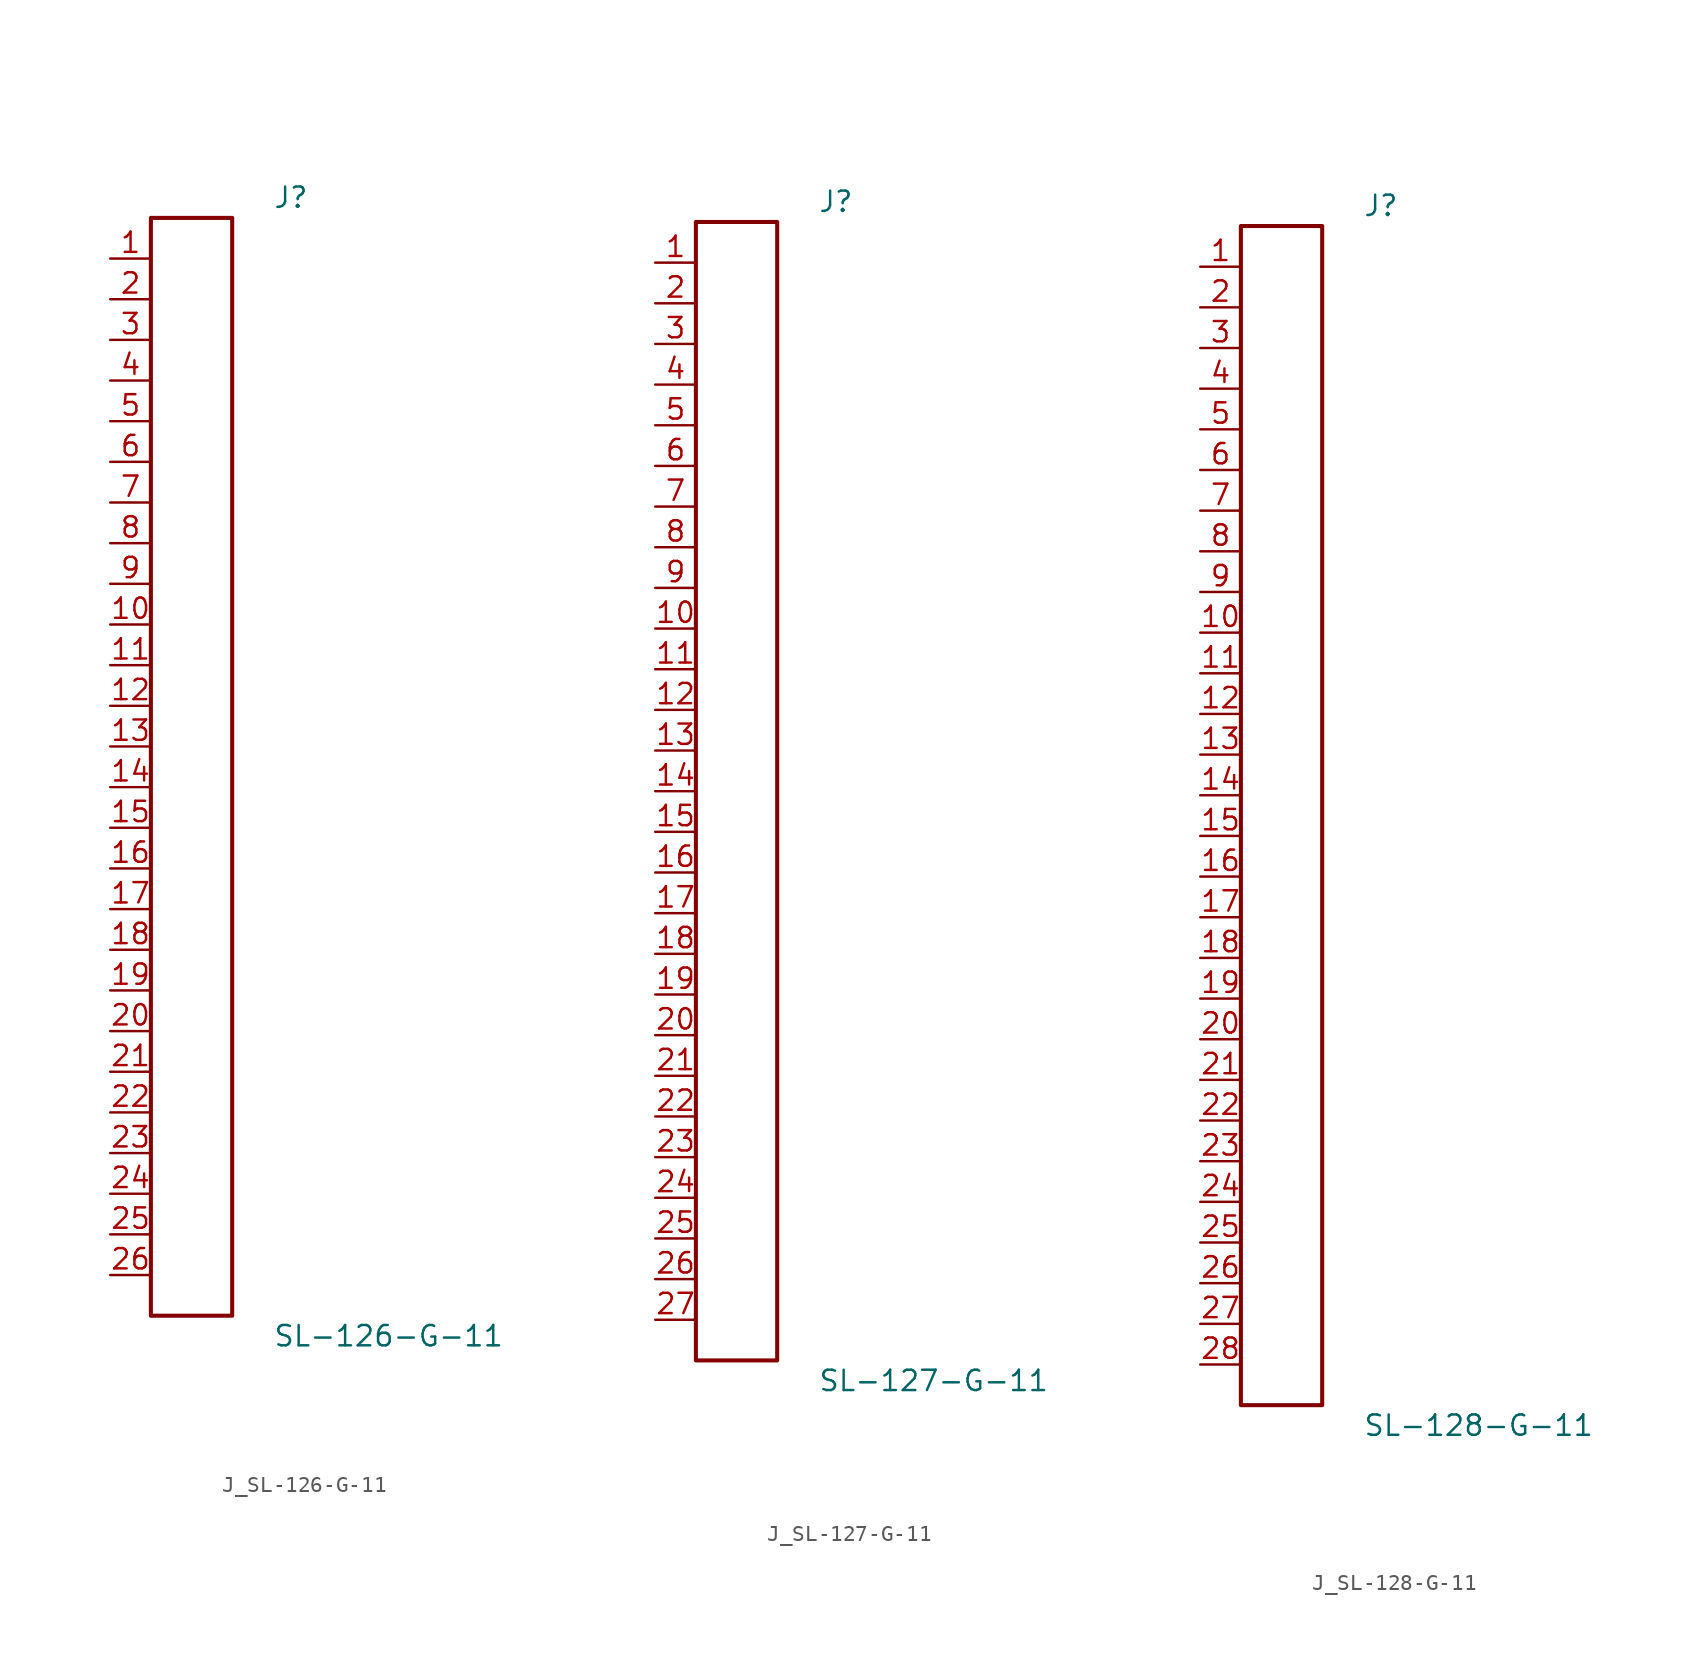
<source format=kicad_sym>
(kicad_symbol_lib
  (version 20231120)
  (generator kicad_symbol_editor)
  (generator_version 8.0)
  (symbol "J_SL-126-G-11"
    (pin_names
      (offset 0.254))
    (property "Reference" "J"
      (at 5.08 35.56 0)
      (effects (font (size 1.27 1.27)) (justify left)))
    (property "Value" "SL-126-G-11"
      (at 5.08 -35.56 0)
      (effects (font (size 1.27 1.27)) (justify left)))
    (symbol "J_SL-126-G-11_0_0"
      (pin unspecified line (at -5.08 31.75 0) (length 2.54) (name "" (effects (font (size 1.27 1.27)))) (number "1" (effects (font (size 1.27 1.27)))))
      (pin unspecified line (at -5.08 29.21 0) (length 2.54) (name "" (effects (font (size 1.27 1.27)))) (number "2" (effects (font (size 1.27 1.27)))))
      (pin unspecified line (at -5.08 26.67 0) (length 2.54) (name "" (effects (font (size 1.27 1.27)))) (number "3" (effects (font (size 1.27 1.27)))))
      (pin unspecified line (at -5.08 24.13 0) (length 2.54) (name "" (effects (font (size 1.27 1.27)))) (number "4" (effects (font (size 1.27 1.27)))))
      (pin unspecified line (at -5.08 21.59 0) (length 2.54) (name "" (effects (font (size 1.27 1.27)))) (number "5" (effects (font (size 1.27 1.27)))))
      (pin unspecified line (at -5.08 19.05 0) (length 2.54) (name "" (effects (font (size 1.27 1.27)))) (number "6" (effects (font (size 1.27 1.27)))))
      (pin unspecified line (at -5.08 16.51 0) (length 2.54) (name "" (effects (font (size 1.27 1.27)))) (number "7" (effects (font (size 1.27 1.27)))))
      (pin unspecified line (at -5.08 13.97 0) (length 2.54) (name "" (effects (font (size 1.27 1.27)))) (number "8" (effects (font (size 1.27 1.27)))))
      (pin unspecified line (at -5.08 11.43 0) (length 2.54) (name "" (effects (font (size 1.27 1.27)))) (number "9" (effects (font (size 1.27 1.27)))))
      (pin unspecified line (at -5.08 8.89 0) (length 2.54) (name "" (effects (font (size 1.27 1.27)))) (number "10" (effects (font (size 1.27 1.27)))))
      (pin unspecified line (at -5.08 6.35 0) (length 2.54) (name "" (effects (font (size 1.27 1.27)))) (number "11" (effects (font (size 1.27 1.27)))))
      (pin unspecified line (at -5.08 3.81 0) (length 2.54) (name "" (effects (font (size 1.27 1.27)))) (number "12" (effects (font (size 1.27 1.27)))))
      (pin unspecified line (at -5.08 1.27 0) (length 2.54) (name "" (effects (font (size 1.27 1.27)))) (number "13" (effects (font (size 1.27 1.27)))))
      (pin unspecified line (at -5.08 -1.27 0) (length 2.54) (name "" (effects (font (size 1.27 1.27)))) (number "14" (effects (font (size 1.27 1.27)))))
      (pin unspecified line (at -5.08 -3.81 0) (length 2.54) (name "" (effects (font (size 1.27 1.27)))) (number "15" (effects (font (size 1.27 1.27)))))
      (pin unspecified line (at -5.08 -6.35 0) (length 2.54) (name "" (effects (font (size 1.27 1.27)))) (number "16" (effects (font (size 1.27 1.27)))))
      (pin unspecified line (at -5.08 -8.89 0) (length 2.54) (name "" (effects (font (size 1.27 1.27)))) (number "17" (effects (font (size 1.27 1.27)))))
      (pin unspecified line (at -5.08 -11.43 0) (length 2.54) (name "" (effects (font (size 1.27 1.27)))) (number "18" (effects (font (size 1.27 1.27)))))
      (pin unspecified line (at -5.08 -13.97 0) (length 2.54) (name "" (effects (font (size 1.27 1.27)))) (number "19" (effects (font (size 1.27 1.27)))))
      (pin unspecified line (at -5.08 -16.51 0) (length 2.54) (name "" (effects (font (size 1.27 1.27)))) (number "20" (effects (font (size 1.27 1.27)))))
      (pin unspecified line (at -5.08 -19.05 0) (length 2.54) (name "" (effects (font (size 1.27 1.27)))) (number "21" (effects (font (size 1.27 1.27)))))
      (pin unspecified line (at -5.08 -21.59 0) (length 2.54) (name "" (effects (font (size 1.27 1.27)))) (number "22" (effects (font (size 1.27 1.27)))))
      (pin unspecified line (at -5.08 -24.13 0) (length 2.54) (name "" (effects (font (size 1.27 1.27)))) (number "23" (effects (font (size 1.27 1.27)))))
      (pin unspecified line (at -5.08 -26.67 0) (length 2.54) (name "" (effects (font (size 1.27 1.27)))) (number "24" (effects (font (size 1.27 1.27)))))
      (pin unspecified line (at -5.08 -29.21 0) (length 2.54) (name "" (effects (font (size 1.27 1.27)))) (number "25" (effects (font (size 1.27 1.27)))))
      (pin unspecified line (at -5.08 -31.75 0) (length 2.54) (name "" (effects (font (size 1.27 1.27)))) (number "26" (effects (font (size 1.27 1.27))))))
    (symbol "J_SL-126-G-11_1_0"
      (rectangle (start -2.54 34.29) (end 2.54 -34.29) (stroke (width 0.254) (type solid)) (fill (type none)))))
  (symbol "J_SL-127-G-11"
    (pin_names
      (offset 0.254))
    (property "Reference" "J"
      (at 5.08 36.83 0)
      (effects (font (size 1.27 1.27)) (justify left)))
    (property "Value" "SL-127-G-11"
      (at 5.08 -36.83 0)
      (effects (font (size 1.27 1.27)) (justify left)))
    (symbol "J_SL-127-G-11_0_0"
      (pin unspecified line (at -5.08 33.02 0) (length 2.54) (name "" (effects (font (size 1.27 1.27)))) (number "1" (effects (font (size 1.27 1.27)))))
      (pin unspecified line (at -5.08 30.48 0) (length 2.54) (name "" (effects (font (size 1.27 1.27)))) (number "2" (effects (font (size 1.27 1.27)))))
      (pin unspecified line (at -5.08 27.94 0) (length 2.54) (name "" (effects (font (size 1.27 1.27)))) (number "3" (effects (font (size 1.27 1.27)))))
      (pin unspecified line (at -5.08 25.4 0) (length 2.54) (name "" (effects (font (size 1.27 1.27)))) (number "4" (effects (font (size 1.27 1.27)))))
      (pin unspecified line (at -5.08 22.86 0) (length 2.54) (name "" (effects (font (size 1.27 1.27)))) (number "5" (effects (font (size 1.27 1.27)))))
      (pin unspecified line (at -5.08 20.32 0) (length 2.54) (name "" (effects (font (size 1.27 1.27)))) (number "6" (effects (font (size 1.27 1.27)))))
      (pin unspecified line (at -5.08 17.78 0) (length 2.54) (name "" (effects (font (size 1.27 1.27)))) (number "7" (effects (font (size 1.27 1.27)))))
      (pin unspecified line (at -5.08 15.24 0) (length 2.54) (name "" (effects (font (size 1.27 1.27)))) (number "8" (effects (font (size 1.27 1.27)))))
      (pin unspecified line (at -5.08 12.7 0) (length 2.54) (name "" (effects (font (size 1.27 1.27)))) (number "9" (effects (font (size 1.27 1.27)))))
      (pin unspecified line (at -5.08 10.16 0) (length 2.54) (name "" (effects (font (size 1.27 1.27)))) (number "10" (effects (font (size 1.27 1.27)))))
      (pin unspecified line (at -5.08 7.62 0) (length 2.54) (name "" (effects (font (size 1.27 1.27)))) (number "11" (effects (font (size 1.27 1.27)))))
      (pin unspecified line (at -5.08 5.08 0) (length 2.54) (name "" (effects (font (size 1.27 1.27)))) (number "12" (effects (font (size 1.27 1.27)))))
      (pin unspecified line (at -5.08 2.54 0) (length 2.54) (name "" (effects (font (size 1.27 1.27)))) (number "13" (effects (font (size 1.27 1.27)))))
      (pin unspecified line (at -5.08 0.0 0) (length 2.54) (name "" (effects (font (size 1.27 1.27)))) (number "14" (effects (font (size 1.27 1.27)))))
      (pin unspecified line (at -5.08 -2.54 0) (length 2.54) (name "" (effects (font (size 1.27 1.27)))) (number "15" (effects (font (size 1.27 1.27)))))
      (pin unspecified line (at -5.08 -5.08 0) (length 2.54) (name "" (effects (font (size 1.27 1.27)))) (number "16" (effects (font (size 1.27 1.27)))))
      (pin unspecified line (at -5.08 -7.62 0) (length 2.54) (name "" (effects (font (size 1.27 1.27)))) (number "17" (effects (font (size 1.27 1.27)))))
      (pin unspecified line (at -5.08 -10.16 0) (length 2.54) (name "" (effects (font (size 1.27 1.27)))) (number "18" (effects (font (size 1.27 1.27)))))
      (pin unspecified line (at -5.08 -12.7 0) (length 2.54) (name "" (effects (font (size 1.27 1.27)))) (number "19" (effects (font (size 1.27 1.27)))))
      (pin unspecified line (at -5.08 -15.24 0) (length 2.54) (name "" (effects (font (size 1.27 1.27)))) (number "20" (effects (font (size 1.27 1.27)))))
      (pin unspecified line (at -5.08 -17.78 0) (length 2.54) (name "" (effects (font (size 1.27 1.27)))) (number "21" (effects (font (size 1.27 1.27)))))
      (pin unspecified line (at -5.08 -20.32 0) (length 2.54) (name "" (effects (font (size 1.27 1.27)))) (number "22" (effects (font (size 1.27 1.27)))))
      (pin unspecified line (at -5.08 -22.86 0) (length 2.54) (name "" (effects (font (size 1.27 1.27)))) (number "23" (effects (font (size 1.27 1.27)))))
      (pin unspecified line (at -5.08 -25.4 0) (length 2.54) (name "" (effects (font (size 1.27 1.27)))) (number "24" (effects (font (size 1.27 1.27)))))
      (pin unspecified line (at -5.08 -27.94 0) (length 2.54) (name "" (effects (font (size 1.27 1.27)))) (number "25" (effects (font (size 1.27 1.27)))))
      (pin unspecified line (at -5.08 -30.48 0) (length 2.54) (name "" (effects (font (size 1.27 1.27)))) (number "26" (effects (font (size 1.27 1.27)))))
      (pin unspecified line (at -5.08 -33.02 0) (length 2.54) (name "" (effects (font (size 1.27 1.27)))) (number "27" (effects (font (size 1.27 1.27))))))
    (symbol "J_SL-127-G-11_1_0"
      (rectangle (start -2.54 35.56) (end 2.54 -35.56) (stroke (width 0.254) (type solid)) (fill (type none)))))
  (symbol "J_SL-128-G-11"
    (pin_names
      (offset 0.254))
    (property "Reference" "J"
      (at 5.08 38.1 0)
      (effects (font (size 1.27 1.27)) (justify left)))
    (property "Value" "SL-128-G-11"
      (at 5.08 -38.1 0)
      (effects (font (size 1.27 1.27)) (justify left)))
    (symbol "J_SL-128-G-11_0_0"
      (pin unspecified line (at -5.08 34.29 0) (length 2.54) (name "" (effects (font (size 1.27 1.27)))) (number "1" (effects (font (size 1.27 1.27)))))
      (pin unspecified line (at -5.08 31.75 0) (length 2.54) (name "" (effects (font (size 1.27 1.27)))) (number "2" (effects (font (size 1.27 1.27)))))
      (pin unspecified line (at -5.08 29.21 0) (length 2.54) (name "" (effects (font (size 1.27 1.27)))) (number "3" (effects (font (size 1.27 1.27)))))
      (pin unspecified line (at -5.08 26.67 0) (length 2.54) (name "" (effects (font (size 1.27 1.27)))) (number "4" (effects (font (size 1.27 1.27)))))
      (pin unspecified line (at -5.08 24.13 0) (length 2.54) (name "" (effects (font (size 1.27 1.27)))) (number "5" (effects (font (size 1.27 1.27)))))
      (pin unspecified line (at -5.08 21.59 0) (length 2.54) (name "" (effects (font (size 1.27 1.27)))) (number "6" (effects (font (size 1.27 1.27)))))
      (pin unspecified line (at -5.08 19.05 0) (length 2.54) (name "" (effects (font (size 1.27 1.27)))) (number "7" (effects (font (size 1.27 1.27)))))
      (pin unspecified line (at -5.08 16.51 0) (length 2.54) (name "" (effects (font (size 1.27 1.27)))) (number "8" (effects (font (size 1.27 1.27)))))
      (pin unspecified line (at -5.08 13.97 0) (length 2.54) (name "" (effects (font (size 1.27 1.27)))) (number "9" (effects (font (size 1.27 1.27)))))
      (pin unspecified line (at -5.08 11.43 0) (length 2.54) (name "" (effects (font (size 1.27 1.27)))) (number "10" (effects (font (size 1.27 1.27)))))
      (pin unspecified line (at -5.08 8.89 0) (length 2.54) (name "" (effects (font (size 1.27 1.27)))) (number "11" (effects (font (size 1.27 1.27)))))
      (pin unspecified line (at -5.08 6.35 0) (length 2.54) (name "" (effects (font (size 1.27 1.27)))) (number "12" (effects (font (size 1.27 1.27)))))
      (pin unspecified line (at -5.08 3.81 0) (length 2.54) (name "" (effects (font (size 1.27 1.27)))) (number "13" (effects (font (size 1.27 1.27)))))
      (pin unspecified line (at -5.08 1.27 0) (length 2.54) (name "" (effects (font (size 1.27 1.27)))) (number "14" (effects (font (size 1.27 1.27)))))
      (pin unspecified line (at -5.08 -1.27 0) (length 2.54) (name "" (effects (font (size 1.27 1.27)))) (number "15" (effects (font (size 1.27 1.27)))))
      (pin unspecified line (at -5.08 -3.81 0) (length 2.54) (name "" (effects (font (size 1.27 1.27)))) (number "16" (effects (font (size 1.27 1.27)))))
      (pin unspecified line (at -5.08 -6.35 0) (length 2.54) (name "" (effects (font (size 1.27 1.27)))) (number "17" (effects (font (size 1.27 1.27)))))
      (pin unspecified line (at -5.08 -8.89 0) (length 2.54) (name "" (effects (font (size 1.27 1.27)))) (number "18" (effects (font (size 1.27 1.27)))))
      (pin unspecified line (at -5.08 -11.43 0) (length 2.54) (name "" (effects (font (size 1.27 1.27)))) (number "19" (effects (font (size 1.27 1.27)))))
      (pin unspecified line (at -5.08 -13.97 0) (length 2.54) (name "" (effects (font (size 1.27 1.27)))) (number "20" (effects (font (size 1.27 1.27)))))
      (pin unspecified line (at -5.08 -16.51 0) (length 2.54) (name "" (effects (font (size 1.27 1.27)))) (number "21" (effects (font (size 1.27 1.27)))))
      (pin unspecified line (at -5.08 -19.05 0) (length 2.54) (name "" (effects (font (size 1.27 1.27)))) (number "22" (effects (font (size 1.27 1.27)))))
      (pin unspecified line (at -5.08 -21.59 0) (length 2.54) (name "" (effects (font (size 1.27 1.27)))) (number "23" (effects (font (size 1.27 1.27)))))
      (pin unspecified line (at -5.08 -24.13 0) (length 2.54) (name "" (effects (font (size 1.27 1.27)))) (number "24" (effects (font (size 1.27 1.27)))))
      (pin unspecified line (at -5.08 -26.67 0) (length 2.54) (name "" (effects (font (size 1.27 1.27)))) (number "25" (effects (font (size 1.27 1.27)))))
      (pin unspecified line (at -5.08 -29.21 0) (length 2.54) (name "" (effects (font (size 1.27 1.27)))) (number "26" (effects (font (size 1.27 1.27)))))
      (pin unspecified line (at -5.08 -31.75 0) (length 2.54) (name "" (effects (font (size 1.27 1.27)))) (number "27" (effects (font (size 1.27 1.27)))))
      (pin unspecified line (at -5.08 -34.29 0) (length 2.54) (name "" (effects (font (size 1.27 1.27)))) (number "28" (effects (font (size 1.27 1.27))))))
    (symbol "J_SL-128-G-11_1_0"
      (rectangle (start -2.54 36.83) (end 2.54 -36.83) (stroke (width 0.254) (type solid)) (fill (type none))))))
</source>
